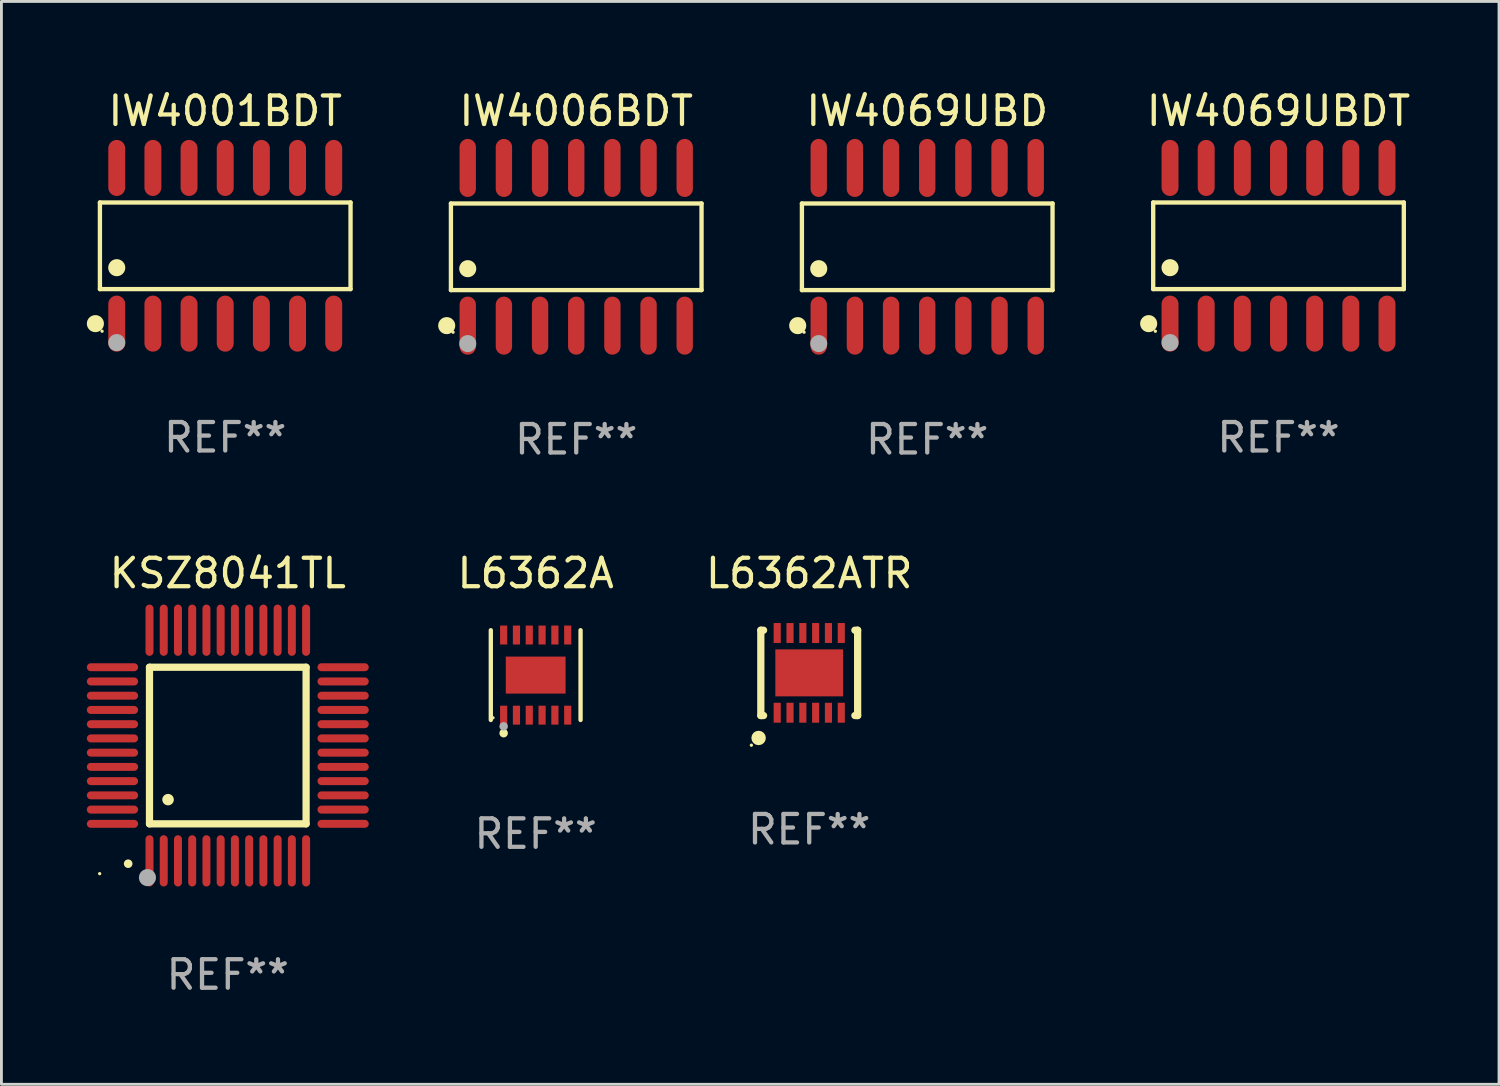
<source format=kicad_pcb>
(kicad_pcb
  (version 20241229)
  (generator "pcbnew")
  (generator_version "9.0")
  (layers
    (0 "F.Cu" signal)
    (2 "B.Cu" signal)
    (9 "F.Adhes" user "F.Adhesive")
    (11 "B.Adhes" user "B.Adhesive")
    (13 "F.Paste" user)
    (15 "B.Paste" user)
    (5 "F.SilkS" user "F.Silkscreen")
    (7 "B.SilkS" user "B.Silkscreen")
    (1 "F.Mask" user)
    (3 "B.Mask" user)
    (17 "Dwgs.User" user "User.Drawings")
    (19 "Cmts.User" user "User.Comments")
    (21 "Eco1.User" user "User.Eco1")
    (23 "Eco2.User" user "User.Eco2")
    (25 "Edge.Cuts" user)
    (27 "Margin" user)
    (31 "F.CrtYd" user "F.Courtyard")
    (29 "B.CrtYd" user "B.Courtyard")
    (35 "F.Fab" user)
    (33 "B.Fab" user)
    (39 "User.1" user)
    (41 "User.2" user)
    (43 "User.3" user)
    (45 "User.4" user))
  (footprint "L6362ATR"
    (layer "F.Cu")
    (at 25.37 20.582)
    (property "Reference" "L6362ATR" (at 0 -3.499 0) (layer "F.SilkS") (effects (font (size 1 1) (thickness 0.15))))
    (attr through_hole)
    (fp_line (start -1.7 -1.499) (end -1.7 1.498) (stroke (width 0.254) (type solid)) (layer "F.SilkS"))
    (fp_line (start -1.7 -1.499) (end -1.603 -1.499) (stroke (width 0.254) (type solid)) (layer "F.SilkS"))
    (fp_line (start -1.7 1.498) (end -1.603 1.498) (stroke (width 0.254) (type solid)) (layer "F.SilkS"))
    (fp_line (start 1.603 -1.499) (end 1.7 -1.499) (stroke (width 0.254) (type solid)) (layer "F.SilkS"))
    (fp_line (start 1.603 1.498) (end 1.7 1.498) (stroke (width 0.254) (type solid)) (layer "F.SilkS"))
    (fp_line (start 1.7 1.499) (end 1.7 -1.499) (stroke (width 0.254) (type solid)) (layer "F.SilkS"))
    (fp_circle (center -2.032 2.539) (end -2.002 2.539) (stroke (width 0.06) (type solid)) (fill no) (layer "F.SilkS"))
    (fp_circle (center -1.778 2.285) (end -1.651 2.285) (stroke (width 0.254) (type solid)) (fill no) (layer "F.SilkS"))
    (fp_text user "REF**" (at 0 5.499 0) (layer "F.Fab") (effects (font (size 1 1) (thickness 0.15))))
    (pad "1" smd rect (at -1.125 1.399) (size 0.25 0.7) (layers "F.Cu" "F.Mask" "F.Paste"))
    (pad "2" smd rect (at -0.675 1.399) (size 0.25 0.7) (layers "F.Cu" "F.Mask" "F.Paste"))
    (pad "3" smd rect (at -0.225 1.399) (size 0.25 0.7) (layers "F.Cu" "F.Mask" "F.Paste"))
    (pad "4" smd rect (at 0.225 1.399) (size 0.25 0.7) (layers "F.Cu" "F.Mask" "F.Paste"))
    (pad "5" smd rect (at 0.675 1.399) (size 0.25 0.7) (layers "F.Cu" "F.Mask" "F.Paste"))
    (pad "6" smd rect (at 1.125 1.399) (size 0.25 0.7) (layers "F.Cu" "F.Mask" "F.Paste"))
    (pad "7" smd rect (at 1.125 -1.401) (size 0.25 0.7) (layers "F.Cu" "F.Mask" "F.Paste"))
    (pad "8" smd rect (at 0.675 -1.401) (size 0.25 0.7) (layers "F.Cu" "F.Mask" "F.Paste"))
    (pad "9" smd rect (at 0.225 -1.401) (size 0.25 0.7) (layers "F.Cu" "F.Mask" "F.Paste"))
    (pad "10" smd rect (at -0.225 -1.401) (size 0.25 0.7) (layers "F.Cu" "F.Mask" "F.Paste"))
    (pad "11" smd rect (at -0.675 -1.401) (size 0.25 0.7) (layers "F.Cu" "F.Mask" "F.Paste"))
    (pad "12" smd rect (at -1.125 -1.401) (size 0.25 0.7) (layers "F.Cu" "F.Mask" "F.Paste"))
    (pad "13" smd rect (at 0 -0.001) (size 2.38 1.65) (layers "F.Cu" "F.Mask" "F.Paste")))
  (footprint "IW4069UBDT"
    (layer "F.Cu")
    (at 41.851 5.582)
    (property "Reference" "IW4069UBDT" (at 0 -4.734 0) (layer "F.SilkS") (effects (font (size 1 1) (thickness 0.15))))
    (attr through_hole)
    (fp_line (start -4.401 -1.521) (end 4.401 -1.521) (stroke (width 0.152) (type solid)) (layer "F.SilkS"))
    (fp_line (start -4.401 1.521) (end -4.401 -1.521) (stroke (width 0.152) (type solid)) (layer "F.SilkS"))
    (fp_line (start 4.401 -1.521) (end 4.401 1.521) (stroke (width 0.152) (type solid)) (layer "F.SilkS"))
    (fp_line (start 4.401 1.521) (end -4.401 1.521) (stroke (width 0.152) (type solid)) (layer "F.SilkS"))
    (fp_circle (center -4.56 2.734) (end -4.41 2.734) (stroke (width 0.3) (type solid)) (fill no) (layer "F.SilkS"))
    (fp_circle (center -4.325 3) (end -4.295 3) (stroke (width 0.06) (type solid)) (fill no) (layer "F.SilkS"))
    (fp_circle (center -3.81 0.769) (end -3.66 0.769) (stroke (width 0.3) (type solid)) (fill no) (layer "F.SilkS"))
    (fp_circle (center -3.81 3.4) (end -3.66 3.4) (stroke (width 0.3) (type solid)) (fill no) (layer "F.Fab"))
    (fp_text user "REF**" (at 0 6.734 0) (layer "F.Fab") (effects (font (size 1 1) (thickness 0.15))))
    (pad "1" smd oval (at -3.81 2.734) (size 0.595 1.968) (layers "F.Cu" "F.Mask" "F.Paste"))
    (pad "2" smd oval (at -2.54 2.734) (size 0.595 1.968) (layers "F.Cu" "F.Mask" "F.Paste"))
    (pad "3" smd oval (at -1.27 2.734) (size 0.595 1.968) (layers "F.Cu" "F.Mask" "F.Paste"))
    (pad "4" smd oval (at 0 2.734) (size 0.595 1.968) (layers "F.Cu" "F.Mask" "F.Paste"))
    (pad "5" smd oval (at 1.27 2.734) (size 0.595 1.968) (layers "F.Cu" "F.Mask" "F.Paste"))
    (pad "6" smd oval (at 2.54 2.734) (size 0.595 1.968) (layers "F.Cu" "F.Mask" "F.Paste"))
    (pad "7" smd oval (at 3.81 2.734) (size 0.595 1.968) (layers "F.Cu" "F.Mask" "F.Paste"))
    (pad "8" smd oval (at 3.81 -2.734) (size 0.595 1.968) (layers "F.Cu" "F.Mask" "F.Paste"))
    (pad "9" smd oval (at 2.54 -2.734) (size 0.595 1.968) (layers "F.Cu" "F.Mask" "F.Paste"))
    (pad "10" smd oval (at 1.27 -2.734) (size 0.595 1.968) (layers "F.Cu" "F.Mask" "F.Paste"))
    (pad "11" smd oval (at 0 -2.734) (size 0.595 1.968) (layers "F.Cu" "F.Mask" "F.Paste"))
    (pad "12" smd oval (at -1.27 -2.734) (size 0.595 1.968) (layers "F.Cu" "F.Mask" "F.Paste"))
    (pad "13" smd oval (at -2.54 -2.734) (size 0.595 1.968) (layers "F.Cu" "F.Mask" "F.Paste"))
    (pad "14" smd oval (at -3.81 -2.734) (size 0.595 1.968) (layers "F.Cu" "F.Mask" "F.Paste")))
  (footprint "IW4069UBD"
    (layer "F.Cu")
    (at 29.514 5.617)
    (property "Reference" "IW4069UBD" (at 0 -4.769 0) (layer "F.SilkS") (effects (font (size 1 1) (thickness 0.15))))
    (attr through_hole)
    (fp_line (start -4.401 -1.521) (end 4.401 -1.521) (stroke (width 0.152) (type solid)) (layer "F.SilkS"))
    (fp_line (start -4.401 1.521) (end -4.401 -1.521) (stroke (width 0.152) (type solid)) (layer "F.SilkS"))
    (fp_line (start 4.401 -1.521) (end 4.401 1.521) (stroke (width 0.152) (type solid)) (layer "F.SilkS"))
    (fp_line (start 4.401 1.521) (end -4.401 1.521) (stroke (width 0.152) (type solid)) (layer "F.SilkS"))
    (fp_circle (center -4.549 2.769) (end -4.399 2.769) (stroke (width 0.3) (type solid)) (fill no) (layer "F.SilkS"))
    (fp_circle (center -4.325 3) (end -4.295 3) (stroke (width 0.06) (type solid)) (fill no) (layer "F.SilkS"))
    (fp_circle (center -3.81 0.769) (end -3.66 0.769) (stroke (width 0.3) (type solid)) (fill no) (layer "F.SilkS"))
    (fp_circle (center -3.81 3.4) (end -3.66 3.4) (stroke (width 0.3) (type solid)) (fill no) (layer "F.Fab"))
    (fp_text user "REF**" (at 0 6.769 0) (layer "F.Fab") (effects (font (size 1 1) (thickness 0.15))))
    (pad "1" smd oval (at -3.81 2.769) (size 0.574 2.038) (layers "F.Cu" "F.Mask" "F.Paste"))
    (pad "2" smd oval (at -2.54 2.769) (size 0.574 2.038) (layers "F.Cu" "F.Mask" "F.Paste"))
    (pad "3" smd oval (at -1.27 2.769) (size 0.574 2.038) (layers "F.Cu" "F.Mask" "F.Paste"))
    (pad "4" smd oval (at 0 2.769) (size 0.574 2.038) (layers "F.Cu" "F.Mask" "F.Paste"))
    (pad "5" smd oval (at 1.27 2.769) (size 0.574 2.038) (layers "F.Cu" "F.Mask" "F.Paste"))
    (pad "6" smd oval (at 2.54 2.769) (size 0.574 2.038) (layers "F.Cu" "F.Mask" "F.Paste"))
    (pad "7" smd oval (at 3.81 2.769) (size 0.574 2.038) (layers "F.Cu" "F.Mask" "F.Paste"))
    (pad "8" smd oval (at 3.81 -2.769) (size 0.574 2.038) (layers "F.Cu" "F.Mask" "F.Paste"))
    (pad "9" smd oval (at 2.54 -2.769) (size 0.574 2.038) (layers "F.Cu" "F.Mask" "F.Paste"))
    (pad "10" smd oval (at 1.27 -2.769) (size 0.574 2.038) (layers "F.Cu" "F.Mask" "F.Paste"))
    (pad "11" smd oval (at 0 -2.769) (size 0.574 2.038) (layers "F.Cu" "F.Mask" "F.Paste"))
    (pad "12" smd oval (at -1.27 -2.769) (size 0.574 2.038) (layers "F.Cu" "F.Mask" "F.Paste"))
    (pad "13" smd oval (at -2.54 -2.769) (size 0.574 2.038) (layers "F.Cu" "F.Mask" "F.Paste"))
    (pad "14" smd oval (at -3.81 -2.769) (size 0.574 2.038) (layers "F.Cu" "F.Mask" "F.Paste")))
  (footprint "IW4001BDT"
    (layer "F.Cu")
    (at 4.86 5.582)
    (property "Reference" "IW4001BDT" (at 0 -4.734 0) (layer "F.SilkS") (effects (font (size 1 1) (thickness 0.15))))
    (attr through_hole)
    (fp_line (start -4.401 -1.521) (end 4.401 -1.521) (stroke (width 0.152) (type solid)) (layer "F.SilkS"))
    (fp_line (start -4.401 1.521) (end -4.401 -1.521) (stroke (width 0.152) (type solid)) (layer "F.SilkS"))
    (fp_line (start 4.401 -1.521) (end 4.401 1.521) (stroke (width 0.152) (type solid)) (layer "F.SilkS"))
    (fp_line (start 4.401 1.521) (end -4.401 1.521) (stroke (width 0.152) (type solid)) (layer "F.SilkS"))
    (fp_circle (center -4.56 2.734) (end -4.41 2.734) (stroke (width 0.3) (type solid)) (fill no) (layer "F.SilkS"))
    (fp_circle (center -4.325 3) (end -4.295 3) (stroke (width 0.06) (type solid)) (fill no) (layer "F.SilkS"))
    (fp_circle (center -3.81 0.769) (end -3.66 0.769) (stroke (width 0.3) (type solid)) (fill no) (layer "F.SilkS"))
    (fp_circle (center -3.81 3.4) (end -3.66 3.4) (stroke (width 0.3) (type solid)) (fill no) (layer "F.Fab"))
    (fp_text user "REF**" (at 0 6.734 0) (layer "F.Fab") (effects (font (size 1 1) (thickness 0.15))))
    (pad "1" smd oval (at -3.81 2.734) (size 0.595 1.968) (layers "F.Cu" "F.Mask" "F.Paste"))
    (pad "2" smd oval (at -2.54 2.734) (size 0.595 1.968) (layers "F.Cu" "F.Mask" "F.Paste"))
    (pad "3" smd oval (at -1.27 2.734) (size 0.595 1.968) (layers "F.Cu" "F.Mask" "F.Paste"))
    (pad "4" smd oval (at 0 2.734) (size 0.595 1.968) (layers "F.Cu" "F.Mask" "F.Paste"))
    (pad "5" smd oval (at 1.27 2.734) (size 0.595 1.968) (layers "F.Cu" "F.Mask" "F.Paste"))
    (pad "6" smd oval (at 2.54 2.734) (size 0.595 1.968) (layers "F.Cu" "F.Mask" "F.Paste"))
    (pad "7" smd oval (at 3.81 2.734) (size 0.595 1.968) (layers "F.Cu" "F.Mask" "F.Paste"))
    (pad "8" smd oval (at 3.81 -2.734) (size 0.595 1.968) (layers "F.Cu" "F.Mask" "F.Paste"))
    (pad "9" smd oval (at 2.54 -2.734) (size 0.595 1.968) (layers "F.Cu" "F.Mask" "F.Paste"))
    (pad "10" smd oval (at 1.27 -2.734) (size 0.595 1.968) (layers "F.Cu" "F.Mask" "F.Paste"))
    (pad "11" smd oval (at 0 -2.734) (size 0.595 1.968) (layers "F.Cu" "F.Mask" "F.Paste"))
    (pad "12" smd oval (at -1.27 -2.734) (size 0.595 1.968) (layers "F.Cu" "F.Mask" "F.Paste"))
    (pad "13" smd oval (at -2.54 -2.734) (size 0.595 1.968) (layers "F.Cu" "F.Mask" "F.Paste"))
    (pad "14" smd oval (at -3.81 -2.734) (size 0.595 1.968) (layers "F.Cu" "F.Mask" "F.Paste")))
  (footprint "IW4006BDT"
    (layer "F.Cu")
    (at 17.187 5.617)
    (property "Reference" "IW4006BDT" (at 0 -4.769 0) (layer "F.SilkS") (effects (font (size 1 1) (thickness 0.15))))
    (attr through_hole)
    (fp_line (start -4.401 -1.521) (end 4.401 -1.521) (stroke (width 0.152) (type solid)) (layer "F.SilkS"))
    (fp_line (start -4.401 1.521) (end -4.401 -1.521) (stroke (width 0.152) (type solid)) (layer "F.SilkS"))
    (fp_line (start 4.401 -1.521) (end 4.401 1.521) (stroke (width 0.152) (type solid)) (layer "F.SilkS"))
    (fp_line (start 4.401 1.521) (end -4.401 1.521) (stroke (width 0.152) (type solid)) (layer "F.SilkS"))
    (fp_circle (center -4.549 2.769) (end -4.399 2.769) (stroke (width 0.3) (type solid)) (fill no) (layer "F.SilkS"))
    (fp_circle (center -4.325 3) (end -4.295 3) (stroke (width 0.06) (type solid)) (fill no) (layer "F.SilkS"))
    (fp_circle (center -3.81 0.769) (end -3.66 0.769) (stroke (width 0.3) (type solid)) (fill no) (layer "F.SilkS"))
    (fp_circle (center -3.81 3.4) (end -3.66 3.4) (stroke (width 0.3) (type solid)) (fill no) (layer "F.Fab"))
    (fp_text user "REF**" (at 0 6.769 0) (layer "F.Fab") (effects (font (size 1 1) (thickness 0.15))))
    (pad "1" smd oval (at -3.81 2.769) (size 0.574 2.038) (layers "F.Cu" "F.Mask" "F.Paste"))
    (pad "2" smd oval (at -2.54 2.769) (size 0.574 2.038) (layers "F.Cu" "F.Mask" "F.Paste"))
    (pad "3" smd oval (at -1.27 2.769) (size 0.574 2.038) (layers "F.Cu" "F.Mask" "F.Paste"))
    (pad "4" smd oval (at 0 2.769) (size 0.574 2.038) (layers "F.Cu" "F.Mask" "F.Paste"))
    (pad "5" smd oval (at 1.27 2.769) (size 0.574 2.038) (layers "F.Cu" "F.Mask" "F.Paste"))
    (pad "6" smd oval (at 2.54 2.769) (size 0.574 2.038) (layers "F.Cu" "F.Mask" "F.Paste"))
    (pad "7" smd oval (at 3.81 2.769) (size 0.574 2.038) (layers "F.Cu" "F.Mask" "F.Paste"))
    (pad "8" smd oval (at 3.81 -2.769) (size 0.574 2.038) (layers "F.Cu" "F.Mask" "F.Paste"))
    (pad "9" smd oval (at 2.54 -2.769) (size 0.574 2.038) (layers "F.Cu" "F.Mask" "F.Paste"))
    (pad "10" smd oval (at 1.27 -2.769) (size 0.574 2.038) (layers "F.Cu" "F.Mask" "F.Paste"))
    (pad "11" smd oval (at 0 -2.769) (size 0.574 2.038) (layers "F.Cu" "F.Mask" "F.Paste"))
    (pad "12" smd oval (at -1.27 -2.769) (size 0.574 2.038) (layers "F.Cu" "F.Mask" "F.Paste"))
    (pad "13" smd oval (at -2.54 -2.769) (size 0.574 2.038) (layers "F.Cu" "F.Mask" "F.Paste"))
    (pad "14" smd oval (at -3.81 -2.769) (size 0.574 2.038) (layers "F.Cu" "F.Mask" "F.Paste")))
  (footprint "L6362A"
    (layer "F.Cu")
    (at 15.763 20.659)
    (property "Reference" "L6362A" (at 0 -3.576 0) (layer "F.SilkS") (effects (font (size 1 1) (thickness 0.15))))
    (attr through_hole)
    (fp_line (start -1.576 1.576) (end -1.576 -1.576) (stroke (width 0.152) (type solid)) (layer "F.SilkS"))
    (fp_line (start 1.576 1.576) (end 1.576 -1.576) (stroke (width 0.152) (type solid)) (layer "F.SilkS"))
    (fp_circle (center -1.5 1.5) (end -1.47 1.5) (stroke (width 0.06) (type solid)) (fill no) (layer "F.SilkS"))
    (fp_circle (center -1.125 2.04) (end -1.05 2.04) (stroke (width 0.15) (type solid)) (fill no) (layer "F.SilkS"))
    (fp_circle (center -1.125 1.8) (end -1.05 1.8) (stroke (width 0.15) (type solid)) (fill no) (layer "F.Fab"))
    (fp_text user "REF**" (at 0 5.576 0) (layer "F.Fab") (effects (font (size 1 1) (thickness 0.15))))
    (pad "1" smd rect (at -1.125 1.407) (size 0.252 0.665) (layers "F.Cu" "F.Mask" "F.Paste"))
    (pad "2" smd rect (at -0.675 1.407) (size 0.252 0.665) (layers "F.Cu" "F.Mask" "F.Paste"))
    (pad "3" smd rect (at -0.225 1.407) (size 0.252 0.665) (layers "F.Cu" "F.Mask" "F.Paste"))
    (pad "4" smd rect (at 0.225 1.407) (size 0.252 0.665) (layers "F.Cu" "F.Mask" "F.Paste"))
    (pad "5" smd rect (at 0.675 1.407) (size 0.252 0.665) (layers "F.Cu" "F.Mask" "F.Paste"))
    (pad "6" smd rect (at 1.125 1.407) (size 0.252 0.665) (layers "F.Cu" "F.Mask" "F.Paste"))
    (pad "7" smd rect (at 1.125 -1.407) (size 0.252 0.665) (layers "F.Cu" "F.Mask" "F.Paste"))
    (pad "8" smd rect (at 0.675 -1.407) (size 0.252 0.665) (layers "F.Cu" "F.Mask" "F.Paste"))
    (pad "9" smd rect (at 0.225 -1.407) (size 0.252 0.665) (layers "F.Cu" "F.Mask" "F.Paste"))
    (pad "10" smd rect (at -0.225 -1.407) (size 0.252 0.665) (layers "F.Cu" "F.Mask" "F.Paste"))
    (pad "11" smd rect (at -0.675 -1.407) (size 0.252 0.665) (layers "F.Cu" "F.Mask" "F.Paste"))
    (pad "12" smd rect (at -1.125 -1.407) (size 0.252 0.665) (layers "F.Cu" "F.Mask" "F.Paste"))
    (pad "13" smd rect (at 0 0) (size 2.1 1.3) (layers "F.Cu" "F.Mask" "F.Paste")))
  (footprint "KSZ8041TL"
    (layer "F.Cu")
    (at 4.95 23.133)
    (property "Reference" "KSZ8041TL" (at 0 -6.05 0) (layer "F.SilkS") (effects (font (size 1 1) (thickness 0.15))))
    (attr through_hole)
    (fp_line (start -2.75 -2.75) (end 2.75 -2.75) (stroke (width 0.254) (type solid)) (layer "F.SilkS"))
    (fp_line (start -2.75 2.75) (end -2.75 -2.75) (stroke (width 0.254) (type solid)) (layer "F.SilkS"))
    (fp_line (start 2.75 -2.75) (end 2.75 2.75) (stroke (width 0.254) (type solid)) (layer "F.SilkS"))
    (fp_line (start 2.75 2.75) (end -2.75 2.75) (stroke (width 0.254) (type solid)) (layer "F.SilkS"))
    (fp_arc (start -3.500127 4.150368) (mid -3.498857 4.150363) (end -3.497587 4.150368) (stroke (width 0.3) (type solid)) (layer "F.SilkS"))
    (fp_arc (start -2.100584 1.899924) (mid -2.098044 1.899908) (end -2.095504 1.899924) (stroke (width 0.4) (type solid)) (layer "F.SilkS"))
    (fp_circle (center -4.5 4.5) (end -4.47 4.5) (stroke (width 0.06) (type solid)) (fill no) (layer "F.SilkS"))
    (fp_circle (center -2.822 4.638) (end -2.672 4.638) (stroke (width 0.3) (type solid)) (fill no) (layer "F.Fab"))
    (fp_text user "REF**" (at 0 8.05 0) (layer "F.Fab") (effects (font (size 1 1) (thickness 0.15))))
    (pad "1" smd oval (at -2.75 4.05) (size 0.28 1.8) (layers "F.Cu" "F.Mask" "F.Paste"))
    (pad "2" smd oval (at -2.25 4.05) (size 0.28 1.8) (layers "F.Cu" "F.Mask" "F.Paste"))
    (pad "3" smd oval (at -1.75 4.05) (size 0.28 1.8) (layers "F.Cu" "F.Mask" "F.Paste"))
    (pad "4" smd oval (at -1.25 4.05) (size 0.28 1.8) (layers "F.Cu" "F.Mask" "F.Paste"))
    (pad "5" smd oval (at -0.75 4.05) (size 0.28 1.8) (layers "F.Cu" "F.Mask" "F.Paste"))
    (pad "6" smd oval (at -0.25 4.05) (size 0.28 1.8) (layers "F.Cu" "F.Mask" "F.Paste"))
    (pad "7" smd oval (at 0.25 4.05) (size 0.28 1.8) (layers "F.Cu" "F.Mask" "F.Paste"))
    (pad "8" smd oval (at 0.75 4.05) (size 0.28 1.8) (layers "F.Cu" "F.Mask" "F.Paste"))
    (pad "9" smd oval (at 1.25 4.05) (size 0.28 1.8) (layers "F.Cu" "F.Mask" "F.Paste"))
    (pad "10" smd oval (at 1.75 4.05) (size 0.28 1.8) (layers "F.Cu" "F.Mask" "F.Paste"))
    (pad "11" smd oval (at 2.25 4.05) (size 0.28 1.8) (layers "F.Cu" "F.Mask" "F.Paste"))
    (pad "12" smd oval (at 2.75 4.05) (size 0.28 1.8) (layers "F.Cu" "F.Mask" "F.Paste"))
    (pad "13" smd oval (at 4.05 2.75) (size 1.8 0.28) (layers "F.Cu" "F.Mask" "F.Paste"))
    (pad "14" smd oval (at 4.05 2.25) (size 1.8 0.28) (layers "F.Cu" "F.Mask" "F.Paste"))
    (pad "15" smd oval (at 4.05 1.75) (size 1.8 0.28) (layers "F.Cu" "F.Mask" "F.Paste"))
    (pad "16" smd oval (at 4.05 1.25) (size 1.8 0.28) (layers "F.Cu" "F.Mask" "F.Paste"))
    (pad "17" smd oval (at 4.05 0.75) (size 1.8 0.28) (layers "F.Cu" "F.Mask" "F.Paste"))
    (pad "18" smd oval (at 4.05 0.25) (size 1.8 0.28) (layers "F.Cu" "F.Mask" "F.Paste"))
    (pad "19" smd oval (at 4.05 -0.25) (size 1.8 0.28) (layers "F.Cu" "F.Mask" "F.Paste"))
    (pad "20" smd oval (at 4.05 -0.75) (size 1.8 0.28) (layers "F.Cu" "F.Mask" "F.Paste"))
    (pad "21" smd oval (at 4.05 -1.25) (size 1.8 0.28) (layers "F.Cu" "F.Mask" "F.Paste"))
    (pad "22" smd oval (at 4.05 -1.75) (size 1.8 0.28) (layers "F.Cu" "F.Mask" "F.Paste"))
    (pad "23" smd oval (at 4.05 -2.25) (size 1.8 0.28) (layers "F.Cu" "F.Mask" "F.Paste"))
    (pad "24" smd oval (at 4.05 -2.75) (size 1.8 0.28) (layers "F.Cu" "F.Mask" "F.Paste"))
    (pad "25" smd oval (at 2.75 -4.05) (size 0.28 1.8) (layers "F.Cu" "F.Mask" "F.Paste"))
    (pad "26" smd oval (at 2.25 -4.05) (size 0.28 1.8) (layers "F.Cu" "F.Mask" "F.Paste"))
    (pad "27" smd oval (at 1.75 -4.05) (size 0.28 1.8) (layers "F.Cu" "F.Mask" "F.Paste"))
    (pad "28" smd oval (at 1.25 -4.05) (size 0.28 1.8) (layers "F.Cu" "F.Mask" "F.Paste"))
    (pad "29" smd oval (at 0.75 -4.05) (size 0.28 1.8) (layers "F.Cu" "F.Mask" "F.Paste"))
    (pad "30" smd oval (at 0.25 -4.05) (size 0.28 1.8) (layers "F.Cu" "F.Mask" "F.Paste"))
    (pad "31" smd oval (at -0.25 -4.05) (size 0.28 1.8) (layers "F.Cu" "F.Mask" "F.Paste"))
    (pad "32" smd oval (at -0.75 -4.05) (size 0.28 1.8) (layers "F.Cu" "F.Mask" "F.Paste"))
    (pad "33" smd oval (at -1.25 -4.05) (size 0.28 1.8) (layers "F.Cu" "F.Mask" "F.Paste"))
    (pad "34" smd oval (at -1.75 -4.05) (size 0.28 1.8) (layers "F.Cu" "F.Mask" "F.Paste"))
    (pad "35" smd oval (at -2.25 -4.05) (size 0.28 1.8) (layers "F.Cu" "F.Mask" "F.Paste"))
    (pad "36" smd oval (at -2.75 -4.05) (size 0.28 1.8) (layers "F.Cu" "F.Mask" "F.Paste"))
    (pad "37" smd oval (at -4.05 -2.75) (size 1.8 0.28) (layers "F.Cu" "F.Mask" "F.Paste"))
    (pad "38" smd oval (at -4.05 -2.25) (size 1.8 0.28) (layers "F.Cu" "F.Mask" "F.Paste"))
    (pad "39" smd oval (at -4.05 -1.75) (size 1.8 0.28) (layers "F.Cu" "F.Mask" "F.Paste"))
    (pad "40" smd oval (at -4.05 -1.25) (size 1.8 0.28) (layers "F.Cu" "F.Mask" "F.Paste"))
    (pad "41" smd oval (at -4.05 -0.75) (size 1.8 0.28) (layers "F.Cu" "F.Mask" "F.Paste"))
    (pad "42" smd oval (at -4.05 -0.25) (size 1.8 0.28) (layers "F.Cu" "F.Mask" "F.Paste"))
    (pad "43" smd oval (at -4.05 0.25) (size 1.8 0.28) (layers "F.Cu" "F.Mask" "F.Paste"))
    (pad "44" smd oval (at -4.05 0.75) (size 1.8 0.28) (layers "F.Cu" "F.Mask" "F.Paste"))
    (pad "45" smd oval (at -4.05 1.25) (size 1.8 0.28) (layers "F.Cu" "F.Mask" "F.Paste"))
    (pad "46" smd oval (at -4.05 1.75) (size 1.8 0.28) (layers "F.Cu" "F.Mask" "F.Paste"))
    (pad "47" smd oval (at -4.05 2.25) (size 1.8 0.28) (layers "F.Cu" "F.Mask" "F.Paste"))
    (pad "48" smd oval (at -4.05 2.75) (size 1.8 0.28) (layers "F.Cu" "F.Mask" "F.Paste")))
  (gr_rect
    (start -3 -3)
    (end 49.595 35.031)
    (stroke (width 0.1) (type default))
    (fill no)
    (layer "Edge.Cuts")))
</source>
